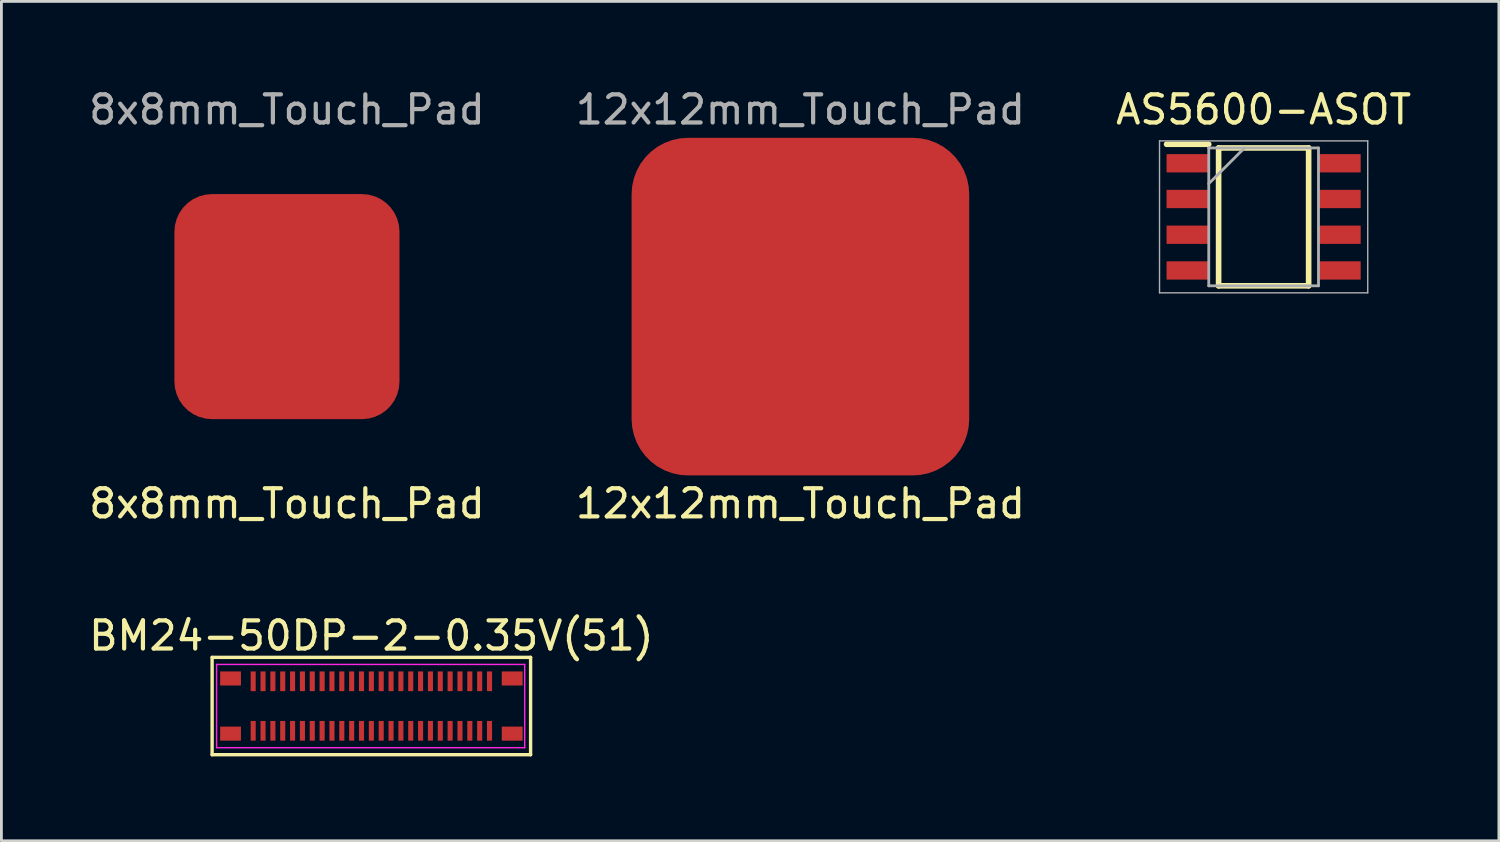
<source format=kicad_pcb>
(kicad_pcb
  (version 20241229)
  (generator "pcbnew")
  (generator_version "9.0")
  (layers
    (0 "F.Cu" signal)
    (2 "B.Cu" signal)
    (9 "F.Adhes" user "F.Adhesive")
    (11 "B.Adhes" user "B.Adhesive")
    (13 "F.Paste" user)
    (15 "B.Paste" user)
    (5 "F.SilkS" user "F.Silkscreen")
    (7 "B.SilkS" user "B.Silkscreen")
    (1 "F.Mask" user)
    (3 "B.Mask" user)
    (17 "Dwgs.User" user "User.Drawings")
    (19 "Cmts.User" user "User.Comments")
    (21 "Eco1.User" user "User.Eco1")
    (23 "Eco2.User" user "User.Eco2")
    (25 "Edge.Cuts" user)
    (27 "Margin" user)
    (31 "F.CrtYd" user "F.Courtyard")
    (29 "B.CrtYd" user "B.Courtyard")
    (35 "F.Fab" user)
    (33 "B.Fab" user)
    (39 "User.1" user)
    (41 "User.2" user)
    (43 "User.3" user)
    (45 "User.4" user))
  (footprint "8x8mm_Touch_Pad"
    (layer "F.Cu")
    (at 7.149 7.848)
    (property "Reference" "8x8mm_Touch_Pad" (at 0 7 0) (unlocked yes) (layer "F.SilkS") (effects (font (size 1 1) (thickness 0.15))))
    (attr smd)
    (fp_text user "${REFERENCE}" (at 0 -7 0) (unlocked yes) (layer "F.Fab") (effects (font (size 1 1) (thickness 0.15))))
    (pad "1" smd roundrect (at 0 0) (size 8 8) (layers "F.Cu" "F.Mask" "F.Paste") (roundrect_rratio 0.167)))
  (footprint "12x12mm_Touch_Pad"
    (layer "F.Cu")
    (at 25.399 7.848)
    (property "Reference" "12x12mm_Touch_Pad" (at 0 7 0) (unlocked yes) (layer "F.SilkS") (effects (font (size 1 1) (thickness 0.15))))
    (attr smd)
    (fp_text user "${REFERENCE}" (at 0 -7 0) (unlocked yes) (layer "F.Fab") (effects (font (size 1 1) (thickness 0.15))))
    (pad "1" smd roundrect (at 0 0) (size 12 12) (layers "F.Cu" "F.Mask" "F.Paste") (roundrect_rratio 0.167)))
  (footprint "AS5600-ASOT"
    (layer "F.Cu")
    (at 41.863 4.658)
    (property "Reference" "AS5600-ASOT" (at 0 -3.81 0) (layer "F.SilkS") (effects (font (size 1 1) (thickness 0.15))))
    (attr smd)
    (fp_line (start -3.45 -2.58) (end -1.95 -2.58) (stroke (width 0.2) (type solid)) (layer "F.SilkS"))
    (fp_line (start -1.6 -2.45) (end 1.6 -2.45) (stroke (width 0.2) (type solid)) (layer "F.SilkS"))
    (fp_line (start -1.6 2.45) (end -1.6 -2.45) (stroke (width 0.2) (type solid)) (layer "F.SilkS"))
    (fp_line (start 1.6 -2.45) (end 1.6 2.45) (stroke (width 0.2) (type solid)) (layer "F.SilkS"))
    (fp_line (start 1.6 2.45) (end -1.6 2.45) (stroke (width 0.2) (type solid)) (layer "F.SilkS"))
    (fp_line (start -3.7 -2.7) (end 3.7 -2.7) (stroke (width 0.05) (type solid)) (layer "F.Fab"))
    (fp_line (start -3.7 2.7) (end -3.7 -2.7) (stroke (width 0.05) (type solid)) (layer "F.Fab"))
    (fp_line (start -1.95 -2.45) (end 1.95 -2.45) (stroke (width 0.1) (type solid)) (layer "F.Fab"))
    (fp_line (start -1.95 -1.18) (end -0.68 -2.45) (stroke (width 0.1) (type solid)) (layer "F.Fab"))
    (fp_line (start -1.95 2.45) (end -1.95 -2.45) (stroke (width 0.1) (type solid)) (layer "F.Fab"))
    (fp_line (start 1.95 -2.45) (end 1.95 2.45) (stroke (width 0.1) (type solid)) (layer "F.Fab"))
    (fp_line (start 1.95 2.45) (end -1.95 2.45) (stroke (width 0.1) (type solid)) (layer "F.Fab"))
    (fp_line (start 3.7 -2.7) (end 3.7 2.7) (stroke (width 0.05) (type solid)) (layer "F.Fab"))
    (fp_line (start 3.7 2.7) (end -3.7 2.7) (stroke (width 0.05) (type solid)) (layer "F.Fab"))
    (pad "1" smd rect (at -2.7 -1.905) (size 1.5 0.65) (layers "F.Cu" "F.Mask" "F.Paste"))
    (pad "2" smd rect (at -2.7 -0.635) (size 1.5 0.65) (layers "F.Cu" "F.Mask" "F.Paste"))
    (pad "3" smd rect (at -2.7 0.635) (size 1.5 0.65) (layers "F.Cu" "F.Mask" "F.Paste"))
    (pad "4" smd rect (at -2.7 1.905) (size 1.5 0.65) (layers "F.Cu" "F.Mask" "F.Paste"))
    (pad "5" smd rect (at 2.7 1.905) (size 1.5 0.65) (layers "F.Cu" "F.Mask" "F.Paste"))
    (pad "6" smd rect (at 2.7 0.635) (size 1.5 0.65) (layers "F.Cu" "F.Mask" "F.Paste"))
    (pad "7" smd rect (at 2.7 -0.635) (size 1.5 0.65) (layers "F.Cu" "F.Mask" "F.Paste"))
    (pad "8" smd rect (at 2.7 -1.905) (size 1.5 0.65) (layers "F.Cu" "F.Mask" "F.Paste")))
  (footprint "BM24-50DP-2-0.35V(51)"
    (layer "F.Cu")
    (at 10.149 22.045)
    (property "Reference" "BM24-50DP-2-0.35V(51)" (at 0 -2.5 180) (layer "F.SilkS") (effects (font (size 1 1) (thickness 0.15))))
    (attr through_hole)
    (fp_line (start -5.66 -1.73) (end -5.66 1.73) (stroke (width 0.12) (type solid)) (layer "F.SilkS"))
    (fp_line (start -5.66 -1.73) (end 5.66 -1.73) (stroke (width 0.12) (type solid)) (layer "F.SilkS"))
    (fp_line (start 5.66 -1.73) (end 5.66 1.73) (stroke (width 0.12) (type solid)) (layer "F.SilkS"))
    (fp_line (start 5.66 1.73) (end -5.66 1.73) (stroke (width 0.12) (type solid)) (layer "F.SilkS"))
    (fp_line (start -5.5 -1.48) (end 5.45 -1.48) (stroke (width 0.05) (type solid)) (layer "F.CrtYd"))
    (fp_line (start -5.5 1.48) (end -5.5 -1.48) (stroke (width 0.05) (type solid)) (layer "F.CrtYd"))
    (fp_line (start 5.45 -1.48) (end 5.45 1.48) (stroke (width 0.05) (type solid)) (layer "F.CrtYd"))
    (fp_line (start 5.45 1.48) (end -5.5 1.48) (stroke (width 0.05) (type solid)) (layer "F.CrtYd"))
    (pad "1" smd rect (at -4.2 0.88) (size 0.18 0.7) (layers "F.Cu" "F.Mask" "F.Paste"))
    (pad "2" smd rect (at -3.85 0.88) (size 0.18 0.7) (layers "F.Cu" "F.Mask" "F.Paste"))
    (pad "3" smd rect (at -3.5 0.88) (size 0.18 0.7) (layers "F.Cu" "F.Mask" "F.Paste"))
    (pad "4" smd rect (at -3.15 0.88) (size 0.18 0.7) (layers "F.Cu" "F.Mask" "F.Paste"))
    (pad "5" smd rect (at -2.8 0.88) (size 0.18 0.7) (layers "F.Cu" "F.Mask" "F.Paste"))
    (pad "6" smd rect (at -2.45 0.88) (size 0.18 0.7) (layers "F.Cu" "F.Mask" "F.Paste"))
    (pad "7" smd rect (at -2.1 0.88) (size 0.18 0.7) (layers "F.Cu" "F.Mask" "F.Paste"))
    (pad "8" smd rect (at -1.75 0.88) (size 0.18 0.7) (layers "F.Cu" "F.Mask" "F.Paste"))
    (pad "9" smd rect (at -1.4 0.88) (size 0.18 0.7) (layers "F.Cu" "F.Mask" "F.Paste"))
    (pad "10" smd rect (at -1.05 0.88) (size 0.18 0.7) (layers "F.Cu" "F.Mask" "F.Paste"))
    (pad "11" smd rect (at -0.7 0.88) (size 0.18 0.7) (layers "F.Cu" "F.Mask" "F.Paste"))
    (pad "12" smd rect (at -0.35 0.88) (size 0.18 0.7) (layers "F.Cu" "F.Mask" "F.Paste"))
    (pad "13" smd rect (at 0 0.88) (size 0.18 0.7) (layers "F.Cu" "F.Mask" "F.Paste"))
    (pad "14" smd rect (at 0.35 0.88) (size 0.18 0.7) (layers "F.Cu" "F.Mask" "F.Paste"))
    (pad "15" smd rect (at 0.7 0.88) (size 0.18 0.7) (layers "F.Cu" "F.Mask" "F.Paste"))
    (pad "16" smd rect (at 1.05 0.88) (size 0.18 0.7) (layers "F.Cu" "F.Mask" "F.Paste"))
    (pad "17" smd rect (at 1.4 0.88) (size 0.18 0.7) (layers "F.Cu" "F.Mask" "F.Paste"))
    (pad "18" smd rect (at 1.75 0.88) (size 0.18 0.7) (layers "F.Cu" "F.Mask" "F.Paste"))
    (pad "19" smd rect (at 2.1 0.88) (size 0.18 0.7) (layers "F.Cu" "F.Mask" "F.Paste"))
    (pad "20" smd rect (at 2.45 0.88) (size 0.18 0.7) (layers "F.Cu" "F.Mask" "F.Paste"))
    (pad "21" smd rect (at 2.8 0.88) (size 0.18 0.7) (layers "F.Cu" "F.Mask" "F.Paste"))
    (pad "22" smd rect (at 3.15 0.88) (size 0.18 0.7) (layers "F.Cu" "F.Mask" "F.Paste"))
    (pad "23" smd rect (at 3.5 0.88) (size 0.18 0.7) (layers "F.Cu" "F.Mask" "F.Paste"))
    (pad "24" smd rect (at 3.85 0.88) (size 0.18 0.7) (layers "F.Cu" "F.Mask" "F.Paste"))
    (pad "25" smd rect (at 4.2 0.88) (size 0.18 0.7) (layers "F.Cu" "F.Mask" "F.Paste"))
    (pad "26" smd rect (at 4.2 -0.88) (size 0.18 0.7) (layers "F.Cu" "F.Mask" "F.Paste"))
    (pad "27" smd rect (at 3.85 -0.88) (size 0.18 0.7) (layers "F.Cu" "F.Mask" "F.Paste"))
    (pad "28" smd rect (at 3.5 -0.88) (size 0.18 0.7) (layers "F.Cu" "F.Mask" "F.Paste"))
    (pad "29" smd rect (at 3.15 -0.88) (size 0.18 0.7) (layers "F.Cu" "F.Mask" "F.Paste"))
    (pad "30" smd rect (at 2.8 -0.88) (size 0.18 0.7) (layers "F.Cu" "F.Mask" "F.Paste"))
    (pad "31" smd rect (at 2.45 -0.88) (size 0.18 0.7) (layers "F.Cu" "F.Mask" "F.Paste"))
    (pad "32" smd rect (at 2.1 -0.88) (size 0.18 0.7) (layers "F.Cu" "F.Mask" "F.Paste"))
    (pad "33" smd rect (at 1.75 -0.88) (size 0.18 0.7) (layers "F.Cu" "F.Mask" "F.Paste"))
    (pad "34" smd rect (at 1.4 -0.88) (size 0.18 0.7) (layers "F.Cu" "F.Mask" "F.Paste"))
    (pad "35" smd rect (at 1.05 -0.88) (size 0.18 0.7) (layers "F.Cu" "F.Mask" "F.Paste"))
    (pad "36" smd rect (at 0.7 -0.88) (size 0.18 0.7) (layers "F.Cu" "F.Mask" "F.Paste"))
    (pad "37" smd rect (at 0.35 -0.88) (size 0.18 0.7) (layers "F.Cu" "F.Mask" "F.Paste"))
    (pad "38" smd rect (at 0 -0.88) (size 0.18 0.7) (layers "F.Cu" "F.Mask" "F.Paste"))
    (pad "39" smd rect (at -0.35 -0.88) (size 0.18 0.7) (layers "F.Cu" "F.Mask" "F.Paste"))
    (pad "40" smd rect (at -0.7 -0.88) (size 0.18 0.7) (layers "F.Cu" "F.Mask" "F.Paste"))
    (pad "41" smd rect (at -1.05 -0.88) (size 0.18 0.7) (layers "F.Cu" "F.Mask" "F.Paste"))
    (pad "42" smd rect (at -1.4 -0.88) (size 0.18 0.7) (layers "F.Cu" "F.Mask" "F.Paste"))
    (pad "43" smd rect (at -1.75 -0.88) (size 0.18 0.7) (layers "F.Cu" "F.Mask" "F.Paste"))
    (pad "44" smd rect (at -2.1 -0.88) (size 0.18 0.7) (layers "F.Cu" "F.Mask" "F.Paste"))
    (pad "45" smd rect (at -2.45 -0.88) (size 0.18 0.7) (layers "F.Cu" "F.Mask" "F.Paste"))
    (pad "46" smd rect (at -2.8 -0.88) (size 0.18 0.7) (layers "F.Cu" "F.Mask" "F.Paste"))
    (pad "47" smd rect (at -3.15 -0.88) (size 0.18 0.7) (layers "F.Cu" "F.Mask" "F.Paste"))
    (pad "48" smd rect (at -3.5 -0.88) (size 0.18 0.7) (layers "F.Cu" "F.Mask" "F.Paste"))
    (pad "49" smd rect (at -3.85 -0.88) (size 0.18 0.7) (layers "F.Cu" "F.Mask" "F.Paste"))
    (pad "50" smd rect (at -4.2 -0.88) (size 0.18 0.7) (layers "F.Cu" "F.Mask" "F.Paste"))
    (pad "51" smd rect (at -5.005 -0.98) (size 0.74 0.5) (layers "F.Cu" "F.Mask" "F.Paste"))
    (pad "51" smd rect (at -5.005 0.98) (size 0.74 0.5) (layers "F.Cu" "F.Mask" "F.Paste"))
    (pad "52" smd rect (at 5.005 -0.98) (size 0.74 0.5) (layers "F.Cu" "F.Mask" "F.Paste"))
    (pad "52" smd rect (at 5.005 0.98) (size 0.74 0.5) (layers "F.Cu" "F.Mask" "F.Paste")))
  (gr_rect
    (start -3 -3)
    (end 50.226 26.835)
    (stroke (width 0.1) (type default))
    (fill no)
    (layer "Edge.Cuts")))
</source>
